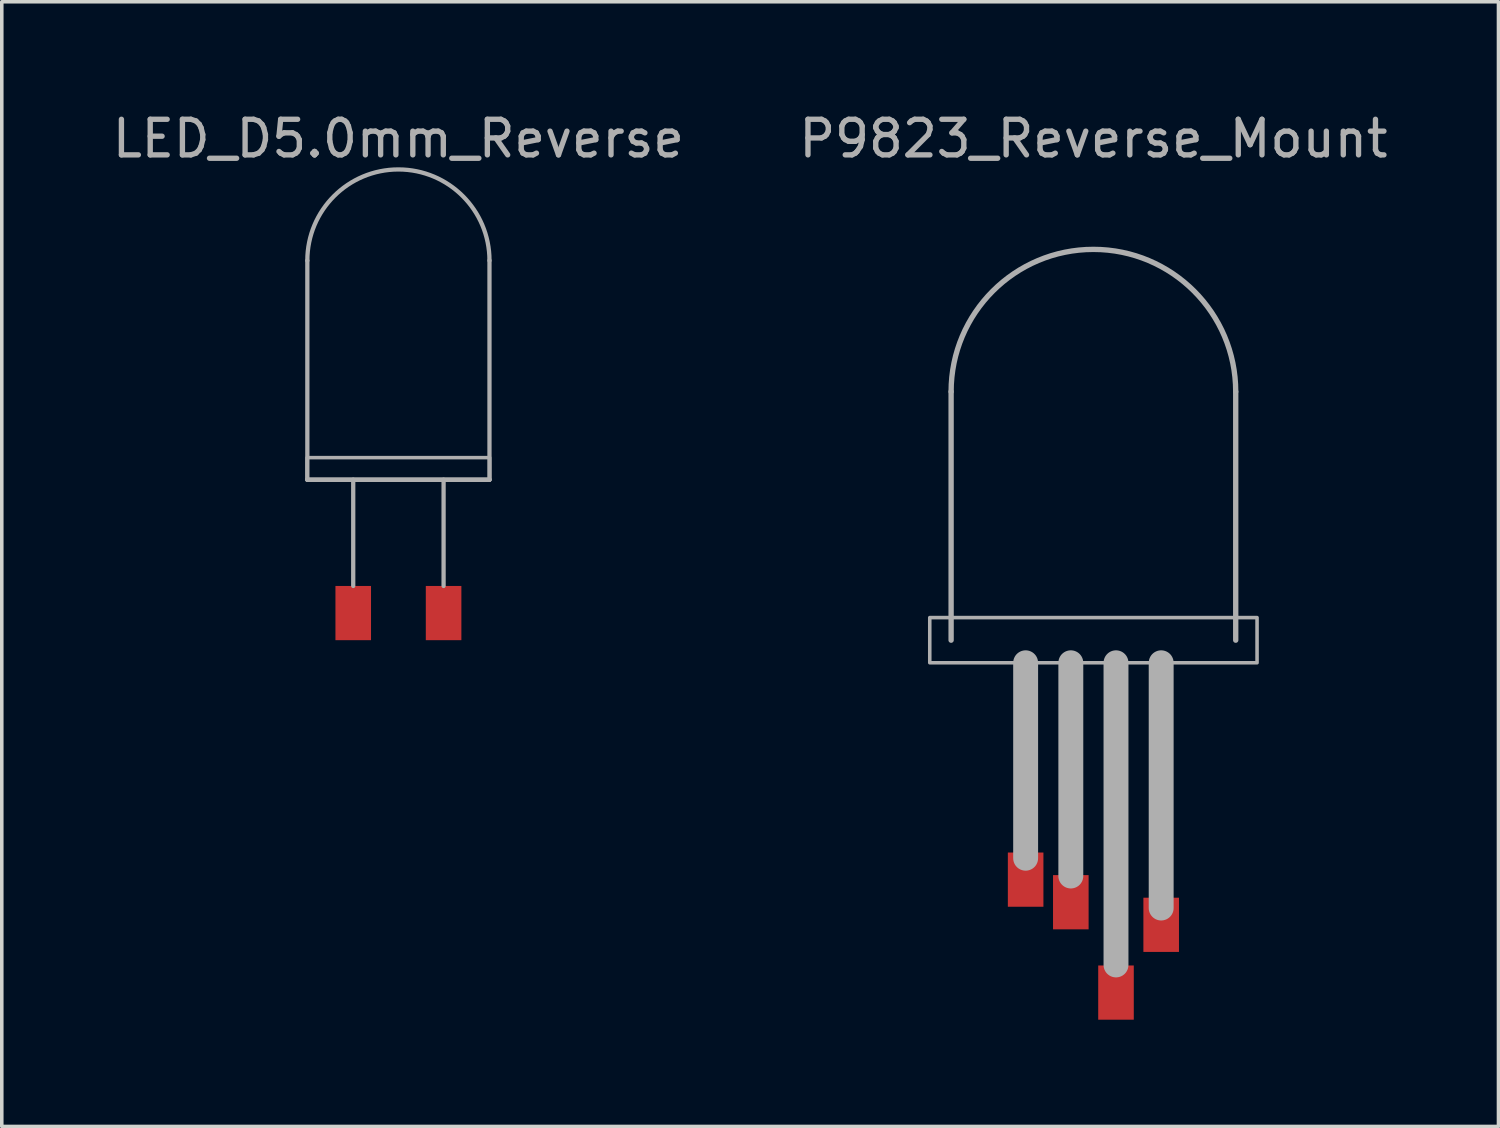
<source format=kicad_pcb>
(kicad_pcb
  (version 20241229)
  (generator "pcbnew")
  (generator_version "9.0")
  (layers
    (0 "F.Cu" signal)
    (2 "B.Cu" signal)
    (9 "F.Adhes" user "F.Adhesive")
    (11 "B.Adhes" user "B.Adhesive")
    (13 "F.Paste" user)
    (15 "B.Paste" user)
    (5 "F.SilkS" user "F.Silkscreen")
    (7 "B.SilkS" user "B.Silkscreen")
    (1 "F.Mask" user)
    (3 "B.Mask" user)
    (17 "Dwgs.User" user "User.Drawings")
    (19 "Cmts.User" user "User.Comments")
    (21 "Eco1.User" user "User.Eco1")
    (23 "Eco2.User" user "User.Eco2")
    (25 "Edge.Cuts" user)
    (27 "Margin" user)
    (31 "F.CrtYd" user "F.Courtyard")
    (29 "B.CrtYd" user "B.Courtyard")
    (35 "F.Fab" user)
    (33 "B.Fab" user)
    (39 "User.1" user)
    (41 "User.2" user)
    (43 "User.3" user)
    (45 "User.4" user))
  (footprint "P9823_Reverse_Mount"
    (layer "F.Cu")
    (at 27.685 18.374)
    (property "Reference" "P9823_Reverse_Mount" (at 0 -17.526 0) (layer "F.Fab") (effects (font (size 1 1) (thickness 0.15))))
    (attr through_hole)
    (fp_line (start -4 -10.414) (end -4 -3.429) (stroke (width 0.15) (type solid)) (layer "F.Fab"))
    (fp_line (start -1.905 -2.794) (end -1.905 2.7) (stroke (width 0.7) (type solid)) (layer "F.Fab"))
    (fp_line (start -0.635 -2.794) (end -0.635 3.2) (stroke (width 0.7) (type solid)) (layer "F.Fab"))
    (fp_line (start 0.635 -2.794) (end 0.635 5.7) (stroke (width 0.7) (type solid)) (layer "F.Fab"))
    (fp_line (start 1.905 -2.794) (end 1.905 4.1) (stroke (width 0.7) (type solid)) (layer "F.Fab"))
    (fp_line (start 4 -10.414) (end 4 -3.429) (stroke (width 0.15) (type solid)) (layer "F.Fab"))
    (fp_arc (start -4 -10.414) (mid 0 -14.414) (end 4 -10.414) (stroke (width 0.15) (type solid)) (layer "F.Fab"))
    (fp_poly (pts (xy 4.6 -2.794) (xy 4.6 -4.064) (xy -4.6 -4.064) (xy -4.6 -2.794)) (stroke (width 0.1) (type solid)) (fill no) (layer "F.Fab"))
    (pad "1" smd rect (at 0.635 6.477) (size 1 1.524) (layers "F.Cu" "F.Mask" "F.Paste"))
    (pad "2" smd rect (at 1.905 4.572 180) (size 1 1.524) (layers "F.Cu" "F.Mask" "F.Paste"))
    (pad "3" smd rect (at -0.635 3.937) (size 1 1.524) (layers "F.Cu" "F.Mask" "F.Paste"))
    (pad "4" smd rect (at -1.905 3.302 180) (size 1 1.524) (layers "F.Cu" "F.Mask" "F.Paste")))
  (footprint "LED_D5.0mm_Reverse"
    (layer "F.Cu")
    (at 8.149 14.183)
    (property "Reference" "LED_D5.0mm_Reverse" (at 0 -13.335 0) (layer "F.Fab") (effects (font (size 1 1) (thickness 0.15))))
    (attr through_hole)
    (fp_line (start -2.56 -3.75) (end -2.56 -9.906) (stroke (width 0.12) (type solid)) (layer "F.Fab"))
    (fp_line (start -1.27 -0.762) (end -1.27 -3.75) (stroke (width 0.12) (type solid)) (layer "F.Fab"))
    (fp_line (start 1.27 -3.75) (end 1.27 -0.762) (stroke (width 0.12) (type solid)) (layer "F.Fab"))
    (fp_line (start 2.56 -3.75) (end -2.56 -3.75) (stroke (width 0.12) (type solid)) (layer "F.Fab"))
    (fp_line (start 2.56 -3.75) (end -2.56 -3.75) (stroke (width 0.12) (type solid)) (layer "F.Fab"))
    (fp_line (start 2.56 -3.75) (end 2.56 -9.91) (stroke (width 0.12) (type solid)) (layer "F.Fab"))
    (fp_arc (start -2.56 -9.91) (mid 0 -12.47) (end 2.56 -9.91) (stroke (width 0.12) (type solid)) (layer "F.Fab"))
    (fp_poly (pts (xy 2.565 -3.734) (xy 2.565 -4.369) (xy -2.565 -4.369) (xy -2.565 -3.734)) (stroke (width 0.1) (type solid)) (fill no) (layer "F.Fab"))
    (pad "1" smd rect (at -1.27 0 180) (size 1 1.524) (layers "F.Cu" "F.Mask" "F.Paste"))
    (pad "2" smd rect (at 1.27 0 180) (size 1 1.524) (layers "F.Cu" "F.Mask" "F.Paste")))
  (gr_rect
    (start -3 -3)
    (end 39.071 28.613)
    (stroke (width 0.1) (type default))
    (fill no)
    (layer "Edge.Cuts")))
</source>
